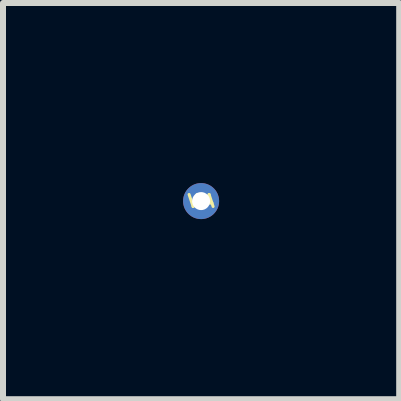
<source format=kicad_pcb>
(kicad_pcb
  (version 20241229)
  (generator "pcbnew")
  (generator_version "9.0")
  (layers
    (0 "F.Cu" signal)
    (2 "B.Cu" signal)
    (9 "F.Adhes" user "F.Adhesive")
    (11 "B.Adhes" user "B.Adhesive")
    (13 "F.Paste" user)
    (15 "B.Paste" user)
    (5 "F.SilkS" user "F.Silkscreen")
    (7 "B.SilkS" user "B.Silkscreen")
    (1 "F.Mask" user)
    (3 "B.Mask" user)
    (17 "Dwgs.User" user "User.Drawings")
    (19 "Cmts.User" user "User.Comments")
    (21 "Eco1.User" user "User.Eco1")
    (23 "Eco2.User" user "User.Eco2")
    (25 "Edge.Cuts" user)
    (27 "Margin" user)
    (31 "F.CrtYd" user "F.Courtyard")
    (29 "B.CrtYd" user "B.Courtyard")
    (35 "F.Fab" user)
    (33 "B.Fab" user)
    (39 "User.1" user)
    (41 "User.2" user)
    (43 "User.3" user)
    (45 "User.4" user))
  (footprint "VIA"
    (layer "F.Cu")
    (at 0.3 0.3)
    (property "Reference" "VIA" (at 0 0 0) (layer "F.SilkS") (effects (font (size 0.2 0.2) (thickness 0.05))))
    (attr through_hole)
    (pad "1" thru_hole circle (at 0 0) (size 0.6 0.6) (drill 0.3) (layers "*.Cu")))
  (gr_rect
    (start -3 -3)
    (end 3.6 3.6)
    (stroke (width 0.1) (type default))
    (fill no)
    (layer "Edge.Cuts")))
</source>
